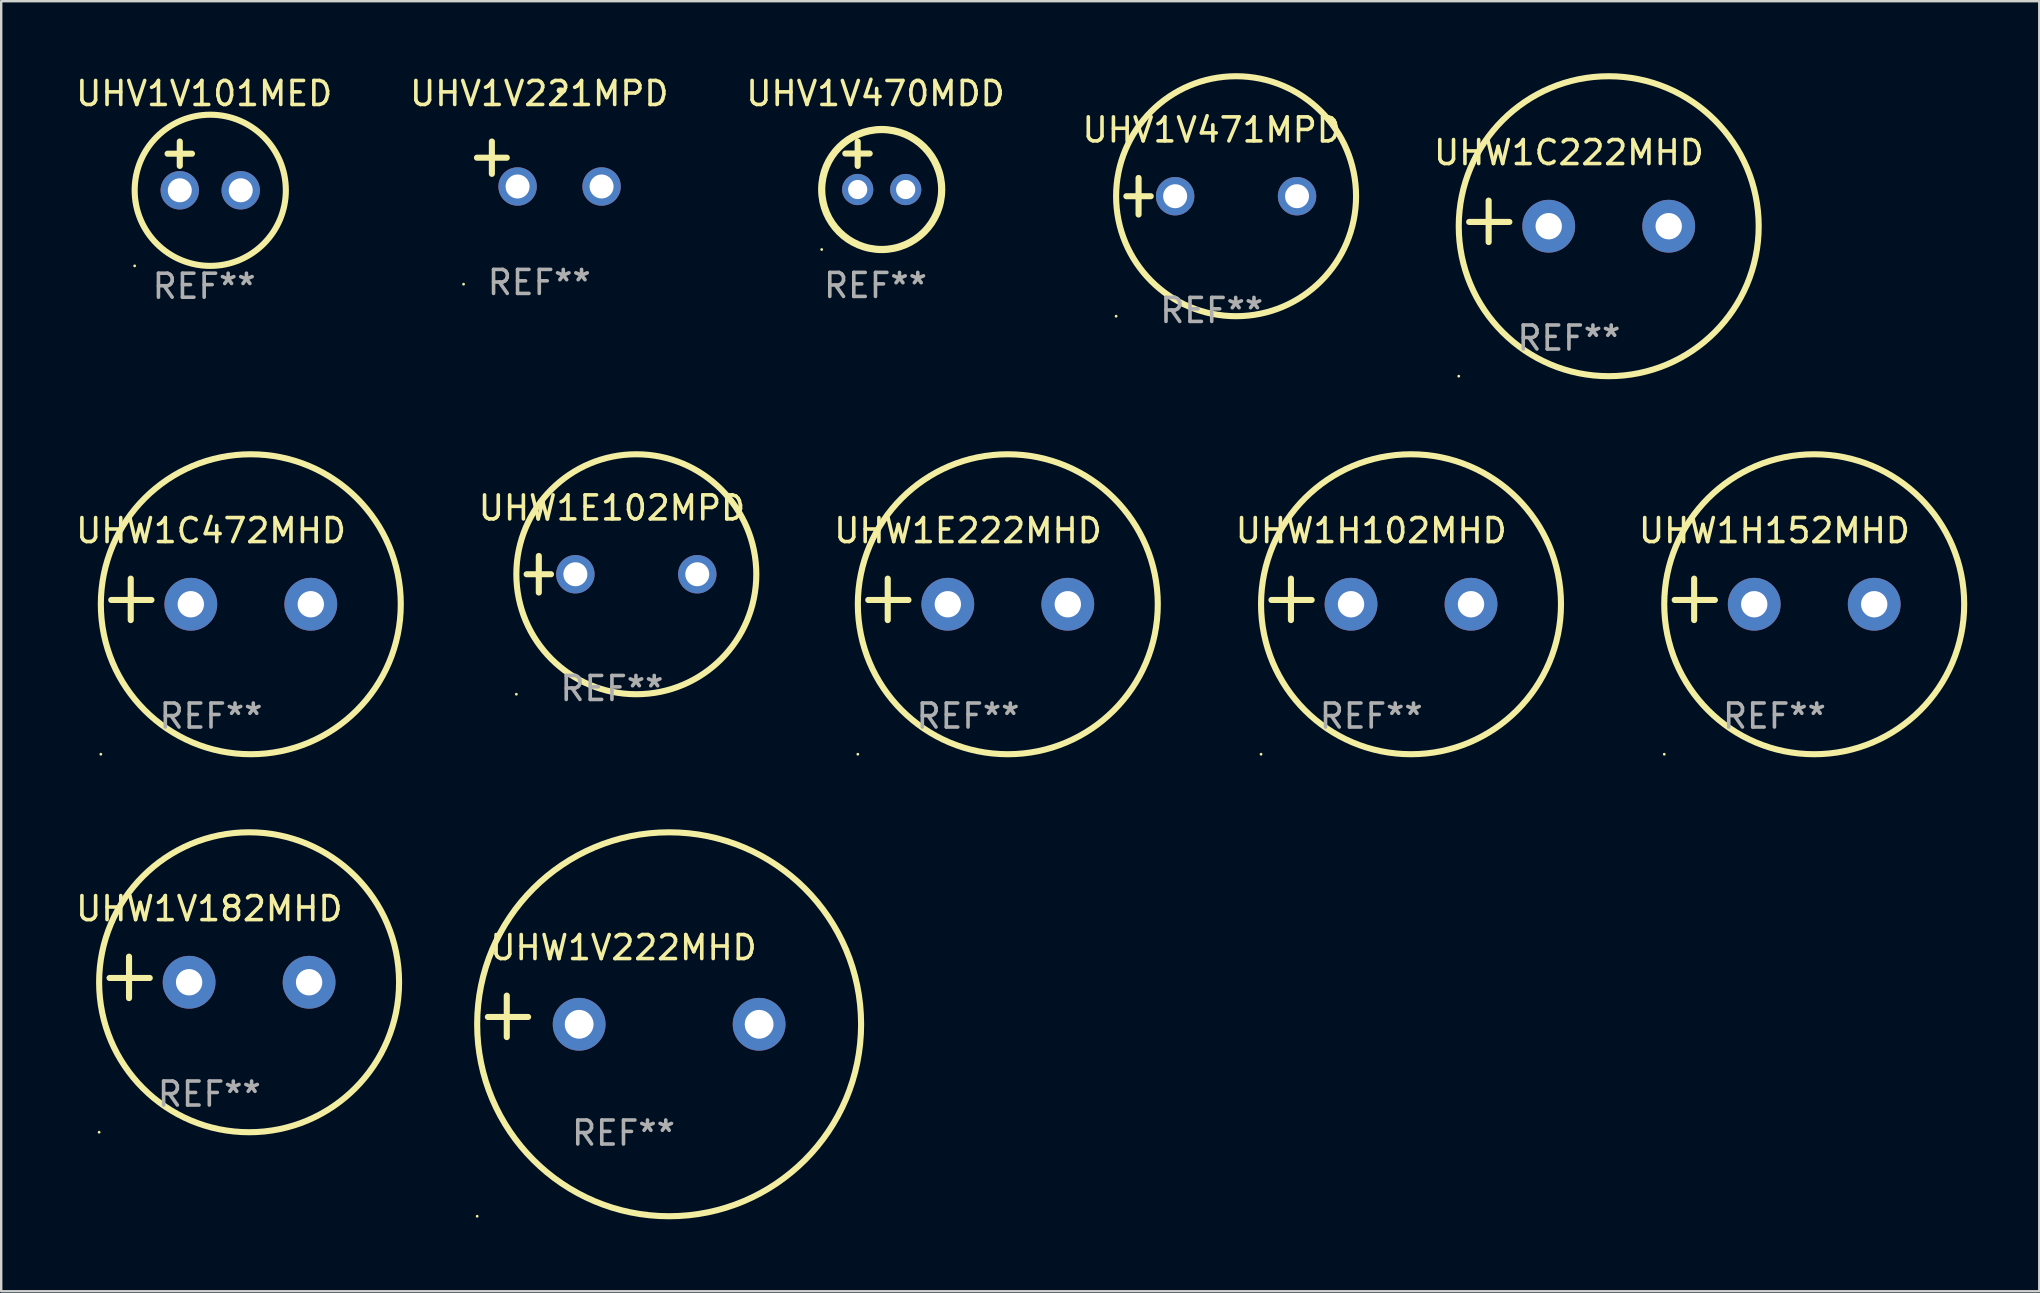
<source format=kicad_pcb>
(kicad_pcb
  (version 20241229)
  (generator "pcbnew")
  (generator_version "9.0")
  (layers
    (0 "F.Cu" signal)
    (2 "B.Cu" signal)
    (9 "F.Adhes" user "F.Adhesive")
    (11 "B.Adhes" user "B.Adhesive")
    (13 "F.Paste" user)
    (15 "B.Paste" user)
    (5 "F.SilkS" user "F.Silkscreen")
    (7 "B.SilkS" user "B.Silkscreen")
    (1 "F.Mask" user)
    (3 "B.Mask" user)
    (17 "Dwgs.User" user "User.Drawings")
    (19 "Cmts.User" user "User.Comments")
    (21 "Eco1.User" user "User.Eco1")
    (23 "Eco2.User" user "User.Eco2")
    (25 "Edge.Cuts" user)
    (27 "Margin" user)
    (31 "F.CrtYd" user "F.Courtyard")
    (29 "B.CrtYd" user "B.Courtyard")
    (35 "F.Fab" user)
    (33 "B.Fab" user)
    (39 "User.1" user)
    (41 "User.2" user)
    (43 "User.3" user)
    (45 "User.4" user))
  (footprint "UHW1H152MHD"
    (layer "F.Cu")
    (at 70.897 21.928)
    (property "Reference" "UHW1H152MHD" (at 0 -2.864 0) (layer "F.SilkS") (effects (font (size 1 1) (thickness 0.15))))
    (attr through_hole)
    (fp_line (start -3.346 0.864) (end -3.346 -0.864) (stroke (width 0.254) (type solid)) (layer "F.SilkS"))
    (fp_line (start -2.482 0.025) (end -4.158 0.025) (stroke (width 0.254) (type solid)) (layer "F.SilkS"))
    (fp_circle (center -4.592 6.453) (end -4.562 6.453) (stroke (width 0.06) (type solid)) (fill no) (layer "F.SilkS"))
    (fp_circle (center 1.658 0.203) (end 7.908 0.203) (stroke (width 0.254) (type solid)) (fill no) (layer "F.SilkS"))
    (fp_text user "REF**" (at 0 4.864 0) (layer "F.Fab") (effects (font (size 1 1) (thickness 0.15))))
    (pad "1" thru_hole circle (at -0.842 0.203) (size 2.2 2.2) (drill 1.1) (layers "*.Cu" "*.Mask"))
    (pad "2" thru_hole circle (at 4.158 0.203) (size 2.2 2.2) (drill 1.1) (layers "*.Cu" "*.Mask")))
  (footprint "UHV1V471MPD"
    (layer "F.Cu")
    (at 47.446 5.127)
    (property "Reference" "UHV1V471MPD" (at 0 -2.762 0) (layer "F.SilkS") (effects (font (size 1 1) (thickness 0.15))))
    (attr through_hole)
    (fp_line (start -3.556 0) (end -2.54 0) (stroke (width 0.254) (type solid)) (layer "F.SilkS"))
    (fp_line (start -3.048 -0.762) (end -3.048 0.762) (stroke (width 0.254) (type solid)) (layer "F.SilkS"))
    (fp_circle (center -3.984 5) (end -3.954 5) (stroke (width 0.06) (type solid)) (fill no) (layer "F.SilkS"))
    (fp_circle (center 1.016 0) (end 6.016 0) (stroke (width 0.254) (type solid)) (fill no) (layer "F.SilkS"))
    (fp_text user "REF**" (at 0 4.762 0) (layer "F.Fab") (effects (font (size 1 1) (thickness 0.15))))
    (pad "1" thru_hole circle (at -1.524 0) (size 1.6 1.6) (drill 1) (layers "*.Cu" "*.Mask"))
    (pad "2" thru_hole circle (at 3.556 0) (size 1.6 1.6) (drill 1) (layers "*.Cu" "*.Mask")))
  (footprint "UHW1V182MHD"
    (layer "F.Cu")
    (at 5.673 37.681)
    (property "Reference" "UHW1V182MHD" (at 0 -2.864 0) (layer "F.SilkS") (effects (font (size 1 1) (thickness 0.15))))
    (attr through_hole)
    (fp_line (start -3.346 0.864) (end -3.346 -0.864) (stroke (width 0.254) (type solid)) (layer "F.SilkS"))
    (fp_line (start -2.482 0.025) (end -4.158 0.025) (stroke (width 0.254) (type solid)) (layer "F.SilkS"))
    (fp_circle (center -4.592 6.453) (end -4.562 6.453) (stroke (width 0.06) (type solid)) (fill no) (layer "F.SilkS"))
    (fp_circle (center 1.658 0.203) (end 7.908 0.203) (stroke (width 0.254) (type solid)) (fill no) (layer "F.SilkS"))
    (fp_text user "REF**" (at 0 4.864 0) (layer "F.Fab") (effects (font (size 1 1) (thickness 0.15))))
    (pad "1" thru_hole circle (at -0.842 0.203) (size 2.2 2.2) (drill 1.1) (layers "*.Cu" "*.Mask"))
    (pad "2" thru_hole circle (at 4.158 0.203) (size 2.2 2.2) (drill 1.1) (layers "*.Cu" "*.Mask")))
  (footprint "UHW1H102MHD"
    (layer "F.Cu")
    (at 54.094 21.928)
    (property "Reference" "UHW1H102MHD" (at 0 -2.864 0) (layer "F.SilkS") (effects (font (size 1 1) (thickness 0.15))))
    (attr through_hole)
    (fp_line (start -3.346 0.864) (end -3.346 -0.864) (stroke (width 0.254) (type solid)) (layer "F.SilkS"))
    (fp_line (start -2.482 0.025) (end -4.158 0.025) (stroke (width 0.254) (type solid)) (layer "F.SilkS"))
    (fp_circle (center -4.592 6.453) (end -4.562 6.453) (stroke (width 0.06) (type solid)) (fill no) (layer "F.SilkS"))
    (fp_circle (center 1.658 0.203) (end 7.908 0.203) (stroke (width 0.254) (type solid)) (fill no) (layer "F.SilkS"))
    (fp_text user "REF**" (at 0 4.864 0) (layer "F.Fab") (effects (font (size 1 1) (thickness 0.15))))
    (pad "1" thru_hole circle (at -0.842 0.203) (size 2.2 2.2) (drill 1.1) (layers "*.Cu" "*.Mask"))
    (pad "2" thru_hole circle (at 4.158 0.203) (size 2.2 2.2) (drill 1.1) (layers "*.Cu" "*.Mask")))
  (footprint "UHV1V470MDD"
    (layer "F.Cu")
    (at 33.435 3.848)
    (property "Reference" "UHV1V470MDD" (at 0 -3 0) (layer "F.SilkS") (effects (font (size 1 1) (thickness 0.15))))
    (attr through_hole)
    (fp_line (start -1.258 -0.5) (end -0.242 -0.5) (stroke (width 0.254) (type solid)) (layer "F.SilkS"))
    (fp_line (start -0.742 -1) (end -0.742 0.016) (stroke (width 0.254) (type solid)) (layer "F.SilkS"))
    (fp_circle (center -2.242 3.5) (end -2.212 3.5) (stroke (width 0.06) (type solid)) (fill no) (layer "F.SilkS"))
    (fp_circle (center 0.258 1) (end 2.758 1) (stroke (width 0.3) (type solid)) (fill no) (layer "F.SilkS"))
    (fp_text user "REF**" (at 0 5 0) (layer "F.Fab") (effects (font (size 1 1) (thickness 0.15))))
    (pad "1" thru_hole circle (at -0.742 1) (size 1.3 1.3) (drill 0.8) (layers "*.Cu" "*.Mask"))
    (pad "2" thru_hole circle (at 1.258 1) (size 1.3 1.3) (drill 0.8) (layers "*.Cu" "*.Mask")))
  (footprint "UHV1V101MED"
    (layer "F.Cu")
    (at 5.458 3.864)
    (property "Reference" "UHV1V101MED" (at 0 -3.016 0) (layer "F.SilkS") (effects (font (size 1 1) (thickness 0.15))))
    (attr through_hole)
    (fp_line (start -1.524 -0.508) (end -0.508 -0.508) (stroke (width 0.254) (type solid)) (layer "F.SilkS"))
    (fp_line (start -1.016 -1.016) (end -1.016 0) (stroke (width 0.254) (type solid)) (layer "F.SilkS"))
    (fp_circle (center -2.896 4.166) (end -2.866 4.166) (stroke (width 0.06) (type solid)) (fill no) (layer "F.SilkS"))
    (fp_circle (center 0.254 1.016) (end 3.404 1.016) (stroke (width 0.254) (type solid)) (fill no) (layer "F.SilkS"))
    (fp_text user "REF**" (at 0 5.016 0) (layer "F.Fab") (effects (font (size 1 1) (thickness 0.15))))
    (pad "1" thru_hole circle (at -1.016 1.016) (size 1.6 1.6) (drill 1) (layers "*.Cu" "*.Mask"))
    (pad "2" thru_hole circle (at 1.524 1.016) (size 1.6 1.6) (drill 1) (layers "*.Cu" "*.Mask")))
  (footprint "UHW1C472MHD"
    (layer "F.Cu")
    (at 5.744 21.928)
    (property "Reference" "UHW1C472MHD" (at 0 -2.864 0) (layer "F.SilkS") (effects (font (size 1 1) (thickness 0.15))))
    (attr through_hole)
    (fp_line (start -3.346 0.864) (end -3.346 -0.864) (stroke (width 0.254) (type solid)) (layer "F.SilkS"))
    (fp_line (start -2.482 0.025) (end -4.158 0.025) (stroke (width 0.254) (type solid)) (layer "F.SilkS"))
    (fp_circle (center -4.592 6.453) (end -4.562 6.453) (stroke (width 0.06) (type solid)) (fill no) (layer "F.SilkS"))
    (fp_circle (center 1.658 0.203) (end 7.908 0.203) (stroke (width 0.254) (type solid)) (fill no) (layer "F.SilkS"))
    (fp_text user "REF**" (at 0 4.864 0) (layer "F.Fab") (effects (font (size 1 1) (thickness 0.15))))
    (pad "1" thru_hole circle (at -0.842 0.203) (size 2.2 2.2) (drill 1.1) (layers "*.Cu" "*.Mask"))
    (pad "2" thru_hole circle (at 4.158 0.203) (size 2.2 2.2) (drill 1.1) (layers "*.Cu" "*.Mask")))
  (footprint "UHW1V222MHD"
    (layer "F.Cu")
    (at 22.933 39.305)
    (property "Reference" "UHW1V222MHD" (at 0 -2.864 0) (layer "F.SilkS") (effects (font (size 1 1) (thickness 0.15))))
    (attr through_hole)
    (fp_line (start -4.864 0.864) (end -4.864 -0.864) (stroke (width 0.254) (type solid)) (layer "F.SilkS"))
    (fp_line (start -3.975 0.025) (end -5.652 0.025) (stroke (width 0.254) (type solid)) (layer "F.SilkS"))
    (fp_circle (center -6.098 8.33) (end -6.068 8.33) (stroke (width 0.06) (type solid)) (fill no) (layer "F.SilkS"))
    (fp_circle (center 1.902 0.33) (end 9.902 0.33) (stroke (width 0.254) (type solid)) (fill no) (layer "F.SilkS"))
    (fp_text user "REF**" (at 0 4.864 0) (layer "F.Fab") (effects (font (size 1 1) (thickness 0.15))))
    (pad "1" thru_hole circle (at -1.848 0.33) (size 2.2 2.2) (drill 1.2) (layers "*.Cu" "*.Mask"))
    (pad "2" thru_hole circle (at 5.652 0.33) (size 2.2 2.2) (drill 1.2) (layers "*.Cu" "*.Mask")))
  (footprint "UHW1E222MHD"
    (layer "F.Cu")
    (at 37.291 21.928)
    (property "Reference" "UHW1E222MHD" (at 0 -2.864 0) (layer "F.SilkS") (effects (font (size 1 1) (thickness 0.15))))
    (attr through_hole)
    (fp_line (start -3.346 0.864) (end -3.346 -0.864) (stroke (width 0.254) (type solid)) (layer "F.SilkS"))
    (fp_line (start -2.482 0.025) (end -4.158 0.025) (stroke (width 0.254) (type solid)) (layer "F.SilkS"))
    (fp_circle (center -4.592 6.453) (end -4.562 6.453) (stroke (width 0.06) (type solid)) (fill no) (layer "F.SilkS"))
    (fp_circle (center 1.658 0.203) (end 7.908 0.203) (stroke (width 0.254) (type solid)) (fill no) (layer "F.SilkS"))
    (fp_text user "REF**" (at 0 4.864 0) (layer "F.Fab") (effects (font (size 1 1) (thickness 0.15))))
    (pad "1" thru_hole circle (at -0.842 0.203) (size 2.2 2.2) (drill 1.1) (layers "*.Cu" "*.Mask"))
    (pad "2" thru_hole circle (at 4.158 0.203) (size 2.2 2.2) (drill 1.1) (layers "*.Cu" "*.Mask")))
  (footprint "UHV1V221MPD"
    (layer "F.Cu")
    (at 19.423 3.785)
    (property "Reference" "UHV1V221MPD" (at 0 -2.937 0) (layer "F.SilkS") (effects (font (size 1 1) (thickness 0.15))))
    (attr through_hole)
    (fp_line (start -1.975 0.41) (end -1.975 -0.937) (stroke (width 0.254) (type solid)) (layer "F.SilkS"))
    (fp_line (start -1.353 -0.263) (end -2.597 -0.263) (stroke (width 0.254) (type solid)) (layer "F.SilkS"))
    (fp_arc (start 0.849809 -3.063957) (mid 0.885369 -3.064114) (end 0.920929 -3.063957) (stroke (width 0.254001) (type solid)) (layer "F.SilkS"))
    (fp_circle (center -3.154 5.008) (end -3.124 5.008) (stroke (width 0.06) (type solid)) (fill no) (layer "F.SilkS"))
    (fp_text user "REF**" (at 0 4.937 0) (layer "F.Fab") (effects (font (size 1 1) (thickness 0.15))))
    (pad "1" thru_hole circle (at -0.903 0.937) (size 1.6 1.6) (drill 1) (layers "*.Cu" "*.Mask"))
    (pad "2" thru_hole circle (at 2.597 0.937) (size 1.6 1.6) (drill 1) (layers "*.Cu" "*.Mask")))
  (footprint "UHW1C222MHD"
    (layer "F.Cu")
    (at 62.333 6.174)
    (property "Reference" "UHW1C222MHD" (at 0 -2.864 0) (layer "F.SilkS") (effects (font (size 1 1) (thickness 0.15))))
    (attr through_hole)
    (fp_line (start -3.346 0.864) (end -3.346 -0.864) (stroke (width 0.254) (type solid)) (layer "F.SilkS"))
    (fp_line (start -2.482 0.025) (end -4.158 0.025) (stroke (width 0.254) (type solid)) (layer "F.SilkS"))
    (fp_circle (center -4.592 6.453) (end -4.562 6.453) (stroke (width 0.06) (type solid)) (fill no) (layer "F.SilkS"))
    (fp_circle (center 1.658 0.203) (end 7.908 0.203) (stroke (width 0.254) (type solid)) (fill no) (layer "F.SilkS"))
    (fp_text user "REF**" (at 0 4.864 0) (layer "F.Fab") (effects (font (size 1 1) (thickness 0.15))))
    (pad "1" thru_hole circle (at -0.842 0.203) (size 2.2 2.2) (drill 1.1) (layers "*.Cu" "*.Mask"))
    (pad "2" thru_hole circle (at 4.158 0.203) (size 2.2 2.2) (drill 1.1) (layers "*.Cu" "*.Mask")))
  (footprint "UHW1E102MPD"
    (layer "F.Cu")
    (at 22.452 20.881)
    (property "Reference" "UHW1E102MPD" (at 0 -2.762 0) (layer "F.SilkS") (effects (font (size 1 1) (thickness 0.15))))
    (attr through_hole)
    (fp_line (start -3.556 0) (end -2.54 0) (stroke (width 0.254) (type solid)) (layer "F.SilkS"))
    (fp_line (start -3.048 -0.762) (end -3.048 0.762) (stroke (width 0.254) (type solid)) (layer "F.SilkS"))
    (fp_circle (center -3.984 5) (end -3.954 5) (stroke (width 0.06) (type solid)) (fill no) (layer "F.SilkS"))
    (fp_circle (center 1.016 0) (end 6.016 0) (stroke (width 0.254) (type solid)) (fill no) (layer "F.SilkS"))
    (fp_text user "REF**" (at 0 4.762 0) (layer "F.Fab") (effects (font (size 1 1) (thickness 0.15))))
    (pad "1" thru_hole circle (at -1.524 0) (size 1.6 1.6) (drill 1) (layers "*.Cu" "*.Mask"))
    (pad "2" thru_hole circle (at 3.556 0) (size 1.6 1.6) (drill 1) (layers "*.Cu" "*.Mask")))
  (gr_rect
    (start -3 -3)
    (end 81.933 50.762)
    (stroke (width 0.1) (type default))
    (fill no)
    (layer "Edge.Cuts")))
</source>
